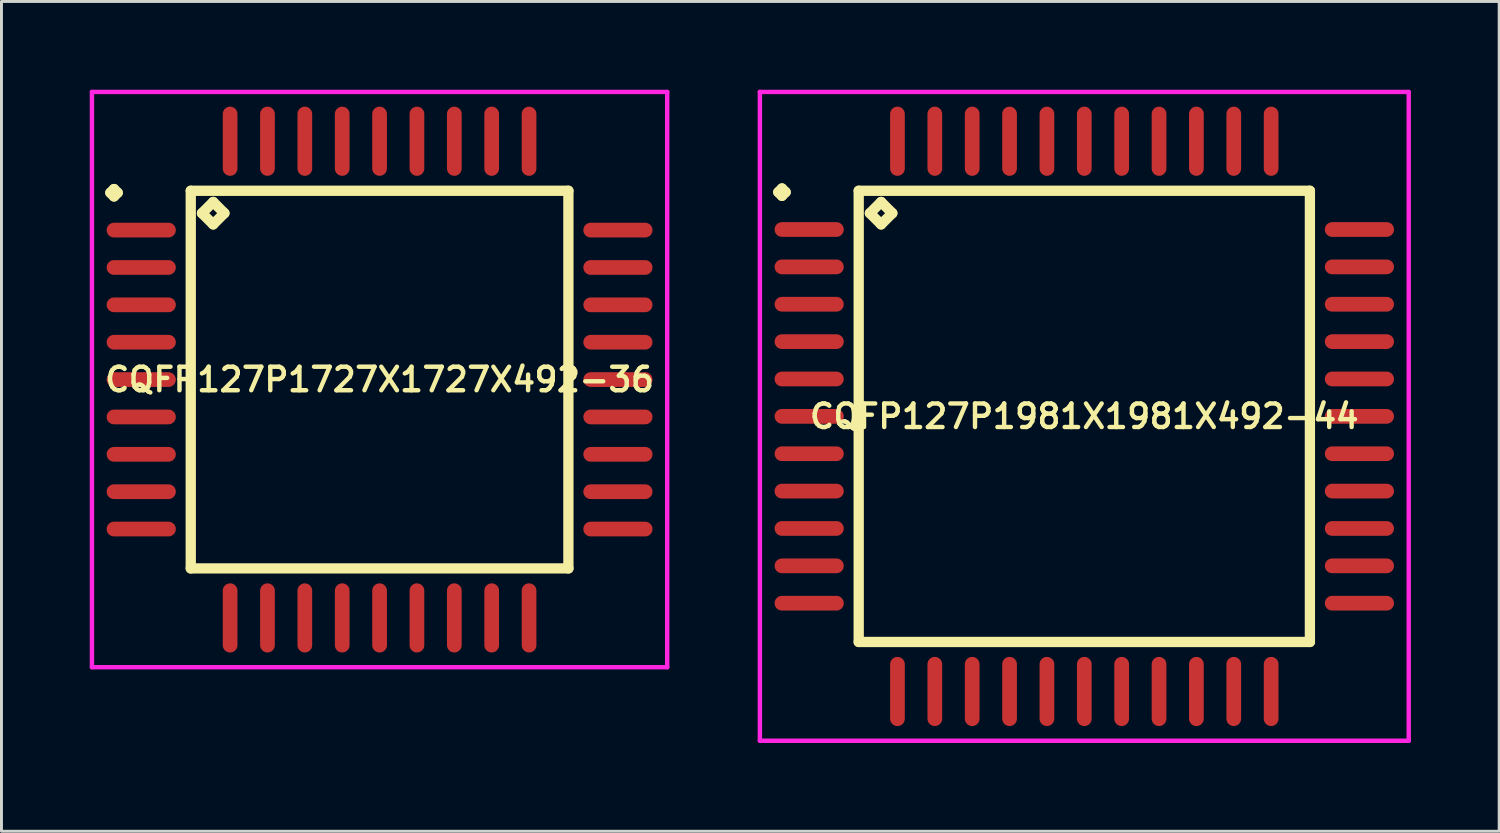
<source format=kicad_pcb>
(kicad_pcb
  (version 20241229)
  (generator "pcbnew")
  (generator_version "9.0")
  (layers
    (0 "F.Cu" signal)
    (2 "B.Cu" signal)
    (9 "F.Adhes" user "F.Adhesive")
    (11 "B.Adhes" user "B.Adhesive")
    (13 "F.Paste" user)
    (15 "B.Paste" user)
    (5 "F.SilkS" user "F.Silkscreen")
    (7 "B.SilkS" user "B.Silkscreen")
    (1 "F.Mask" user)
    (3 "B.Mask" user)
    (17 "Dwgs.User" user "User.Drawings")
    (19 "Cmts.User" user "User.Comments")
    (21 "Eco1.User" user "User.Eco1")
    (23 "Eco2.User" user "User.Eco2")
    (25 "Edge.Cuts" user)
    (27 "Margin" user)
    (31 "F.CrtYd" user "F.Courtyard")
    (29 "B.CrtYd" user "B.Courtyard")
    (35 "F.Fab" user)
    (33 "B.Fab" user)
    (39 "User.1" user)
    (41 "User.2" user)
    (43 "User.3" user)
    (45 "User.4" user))
  (footprint "CQFP127P1727X1727X492-36"
    (layer "F.Cu")
    (at 9.85 9.85)
    (property "Reference" "CQFP127P1727X1727X492-36" (at 0 0 0) (layer "F.SilkS") (effects (font (size 0.8 0.8) (thickness 0.15))))
    (attr smd)
    (fp_line (start -9.15 -6.35) (end -9.025 -6.475) (stroke (width 0.35) (type solid)) (layer "F.SilkS"))
    (fp_line (start -9.025 -6.475) (end -8.9 -6.35) (stroke (width 0.35) (type solid)) (layer "F.SilkS"))
    (fp_line (start -9.025 -6.225) (end -9.15 -6.35) (stroke (width 0.35) (type solid)) (layer "F.SilkS"))
    (fp_line (start -8.9 -6.35) (end -9.025 -6.225) (stroke (width 0.35) (type solid)) (layer "F.SilkS"))
    (fp_line (start -6.417 -6.417) (end -6.417 6.417) (stroke (width 0.35) (type solid)) (layer "F.SilkS"))
    (fp_line (start -6.417 6.417) (end 6.417 6.417) (stroke (width 0.35) (type solid)) (layer "F.SilkS"))
    (fp_line (start -6.036 -5.655) (end -5.655 -6.036) (stroke (width 0.35) (type solid)) (layer "F.SilkS"))
    (fp_line (start -5.655 -6.036) (end -5.274 -5.655) (stroke (width 0.35) (type solid)) (layer "F.SilkS"))
    (fp_line (start -5.655 -5.274) (end -6.036 -5.655) (stroke (width 0.35) (type solid)) (layer "F.SilkS"))
    (fp_line (start -5.274 -5.655) (end -5.655 -5.274) (stroke (width 0.35) (type solid)) (layer "F.SilkS"))
    (fp_line (start 6.417 -6.417) (end -6.417 -6.417) (stroke (width 0.35) (type solid)) (layer "F.SilkS"))
    (fp_line (start 6.417 6.417) (end 6.417 -6.417) (stroke (width 0.35) (type solid)) (layer "F.SilkS"))
    (fp_line (start -9.775 -9.775) (end 9.775 -9.775) (stroke (width 0.15) (type solid)) (layer "F.CrtYd"))
    (fp_line (start -9.775 9.775) (end -9.775 -9.775) (stroke (width 0.15) (type solid)) (layer "F.CrtYd"))
    (fp_line (start 9.775 -9.775) (end 9.775 9.775) (stroke (width 0.15) (type solid)) (layer "F.CrtYd"))
    (fp_line (start 9.775 9.775) (end -9.775 9.775) (stroke (width 0.15) (type solid)) (layer "F.CrtYd"))
    (pad "1" smd oval (at -8.1 -5.08) (size 2.35 0.5) (layers "F.Cu" "F.Mask" "F.Paste"))
    (pad "2" smd oval (at -8.1 -3.81) (size 2.35 0.5) (layers "F.Cu" "F.Mask" "F.Paste"))
    (pad "3" smd oval (at -8.1 -2.54) (size 2.35 0.5) (layers "F.Cu" "F.Mask" "F.Paste"))
    (pad "4" smd oval (at -8.1 -1.27) (size 2.35 0.5) (layers "F.Cu" "F.Mask" "F.Paste"))
    (pad "5" smd oval (at -8.1 0) (size 2.35 0.5) (layers "F.Cu" "F.Mask" "F.Paste"))
    (pad "6" smd oval (at -8.1 1.27) (size 2.35 0.5) (layers "F.Cu" "F.Mask" "F.Paste"))
    (pad "7" smd oval (at -8.1 2.54) (size 2.35 0.5) (layers "F.Cu" "F.Mask" "F.Paste"))
    (pad "8" smd oval (at -8.1 3.81) (size 2.35 0.5) (layers "F.Cu" "F.Mask" "F.Paste"))
    (pad "9" smd oval (at -8.1 5.08) (size 2.35 0.5) (layers "F.Cu" "F.Mask" "F.Paste"))
    (pad "10" smd oval (at -5.08 8.1) (size 0.5 2.35) (layers "F.Cu" "F.Mask" "F.Paste"))
    (pad "11" smd oval (at -3.81 8.1) (size 0.5 2.35) (layers "F.Cu" "F.Mask" "F.Paste"))
    (pad "12" smd oval (at -2.54 8.1) (size 0.5 2.35) (layers "F.Cu" "F.Mask" "F.Paste"))
    (pad "13" smd oval (at -1.27 8.1) (size 0.5 2.35) (layers "F.Cu" "F.Mask" "F.Paste"))
    (pad "14" smd oval (at 0 8.1) (size 0.5 2.35) (layers "F.Cu" "F.Mask" "F.Paste"))
    (pad "15" smd oval (at 1.27 8.1) (size 0.5 2.35) (layers "F.Cu" "F.Mask" "F.Paste"))
    (pad "16" smd oval (at 2.54 8.1) (size 0.5 2.35) (layers "F.Cu" "F.Mask" "F.Paste"))
    (pad "17" smd oval (at 3.81 8.1) (size 0.5 2.35) (layers "F.Cu" "F.Mask" "F.Paste"))
    (pad "18" smd oval (at 5.08 8.1) (size 0.5 2.35) (layers "F.Cu" "F.Mask" "F.Paste"))
    (pad "19" smd oval (at 8.1 5.08) (size 2.35 0.5) (layers "F.Cu" "F.Mask" "F.Paste"))
    (pad "20" smd oval (at 8.1 3.81) (size 2.35 0.5) (layers "F.Cu" "F.Mask" "F.Paste"))
    (pad "21" smd oval (at 8.1 2.54) (size 2.35 0.5) (layers "F.Cu" "F.Mask" "F.Paste"))
    (pad "22" smd oval (at 8.1 1.27) (size 2.35 0.5) (layers "F.Cu" "F.Mask" "F.Paste"))
    (pad "23" smd oval (at 8.1 0) (size 2.35 0.5) (layers "F.Cu" "F.Mask" "F.Paste"))
    (pad "24" smd oval (at 8.1 -1.27) (size 2.35 0.5) (layers "F.Cu" "F.Mask" "F.Paste"))
    (pad "25" smd oval (at 8.1 -2.54) (size 2.35 0.5) (layers "F.Cu" "F.Mask" "F.Paste"))
    (pad "26" smd oval (at 8.1 -3.81) (size 2.35 0.5) (layers "F.Cu" "F.Mask" "F.Paste"))
    (pad "27" smd oval (at 8.1 -5.08) (size 2.35 0.5) (layers "F.Cu" "F.Mask" "F.Paste"))
    (pad "28" smd oval (at 5.08 -8.1) (size 0.5 2.35) (layers "F.Cu" "F.Mask" "F.Paste"))
    (pad "29" smd oval (at 3.81 -8.1) (size 0.5 2.35) (layers "F.Cu" "F.Mask" "F.Paste"))
    (pad "30" smd oval (at 2.54 -8.1) (size 0.5 2.35) (layers "F.Cu" "F.Mask" "F.Paste"))
    (pad "31" smd oval (at 1.27 -8.1) (size 0.5 2.35) (layers "F.Cu" "F.Mask" "F.Paste"))
    (pad "32" smd oval (at 0 -8.1) (size 0.5 2.35) (layers "F.Cu" "F.Mask" "F.Paste"))
    (pad "33" smd oval (at -1.27 -8.1) (size 0.5 2.35) (layers "F.Cu" "F.Mask" "F.Paste"))
    (pad "34" smd oval (at -2.54 -8.1) (size 0.5 2.35) (layers "F.Cu" "F.Mask" "F.Paste"))
    (pad "35" smd oval (at -3.81 -8.1) (size 0.5 2.35) (layers "F.Cu" "F.Mask" "F.Paste"))
    (pad "36" smd oval (at -5.08 -8.1) (size 0.5 2.35) (layers "F.Cu" "F.Mask" "F.Paste")))
  (footprint "CQFP127P1981X1981X492-44"
    (layer "F.Cu")
    (at 33.8 11.1)
    (property "Reference" "CQFP127P1981X1981X492-44" (at 0 0 0) (layer "F.SilkS") (effects (font (size 0.8 0.8) (thickness 0.15))))
    (attr smd)
    (fp_line (start -10.4 -7.62) (end -10.275 -7.745) (stroke (width 0.35) (type solid)) (layer "F.SilkS"))
    (fp_line (start -10.275 -7.745) (end -10.15 -7.62) (stroke (width 0.35) (type solid)) (layer "F.SilkS"))
    (fp_line (start -10.275 -7.495) (end -10.4 -7.62) (stroke (width 0.35) (type solid)) (layer "F.SilkS"))
    (fp_line (start -10.15 -7.62) (end -10.275 -7.495) (stroke (width 0.35) (type solid)) (layer "F.SilkS"))
    (fp_line (start -7.667 -7.667) (end -7.667 7.667) (stroke (width 0.35) (type solid)) (layer "F.SilkS"))
    (fp_line (start -7.667 7.667) (end 7.667 7.667) (stroke (width 0.35) (type solid)) (layer "F.SilkS"))
    (fp_line (start -7.286 -6.905) (end -6.905 -7.286) (stroke (width 0.35) (type solid)) (layer "F.SilkS"))
    (fp_line (start -6.905 -7.286) (end -6.524 -6.905) (stroke (width 0.35) (type solid)) (layer "F.SilkS"))
    (fp_line (start -6.905 -6.524) (end -7.286 -6.905) (stroke (width 0.35) (type solid)) (layer "F.SilkS"))
    (fp_line (start -6.524 -6.905) (end -6.905 -6.524) (stroke (width 0.35) (type solid)) (layer "F.SilkS"))
    (fp_line (start 7.667 -7.667) (end -7.667 -7.667) (stroke (width 0.35) (type solid)) (layer "F.SilkS"))
    (fp_line (start 7.667 7.667) (end 7.667 -7.667) (stroke (width 0.35) (type solid)) (layer "F.SilkS"))
    (fp_line (start -11.025 -11.025) (end 11.025 -11.025) (stroke (width 0.15) (type solid)) (layer "F.CrtYd"))
    (fp_line (start -11.025 11.025) (end -11.025 -11.025) (stroke (width 0.15) (type solid)) (layer "F.CrtYd"))
    (fp_line (start 11.025 -11.025) (end 11.025 11.025) (stroke (width 0.15) (type solid)) (layer "F.CrtYd"))
    (fp_line (start 11.025 11.025) (end -11.025 11.025) (stroke (width 0.15) (type solid)) (layer "F.CrtYd"))
    (pad "1" smd oval (at -9.35 -6.35) (size 2.35 0.5) (layers "F.Cu" "F.Mask" "F.Paste"))
    (pad "2" smd oval (at -9.35 -5.08) (size 2.35 0.5) (layers "F.Cu" "F.Mask" "F.Paste"))
    (pad "3" smd oval (at -9.35 -3.81) (size 2.35 0.5) (layers "F.Cu" "F.Mask" "F.Paste"))
    (pad "4" smd oval (at -9.35 -2.54) (size 2.35 0.5) (layers "F.Cu" "F.Mask" "F.Paste"))
    (pad "5" smd oval (at -9.35 -1.27) (size 2.35 0.5) (layers "F.Cu" "F.Mask" "F.Paste"))
    (pad "6" smd oval (at -9.35 0) (size 2.35 0.5) (layers "F.Cu" "F.Mask" "F.Paste"))
    (pad "7" smd oval (at -9.35 1.27) (size 2.35 0.5) (layers "F.Cu" "F.Mask" "F.Paste"))
    (pad "8" smd oval (at -9.35 2.54) (size 2.35 0.5) (layers "F.Cu" "F.Mask" "F.Paste"))
    (pad "9" smd oval (at -9.35 3.81) (size 2.35 0.5) (layers "F.Cu" "F.Mask" "F.Paste"))
    (pad "10" smd oval (at -9.35 5.08) (size 2.35 0.5) (layers "F.Cu" "F.Mask" "F.Paste"))
    (pad "11" smd oval (at -9.35 6.35) (size 2.35 0.5) (layers "F.Cu" "F.Mask" "F.Paste"))
    (pad "12" smd oval (at -6.35 9.35) (size 0.5 2.35) (layers "F.Cu" "F.Mask" "F.Paste"))
    (pad "13" smd oval (at -5.08 9.35) (size 0.5 2.35) (layers "F.Cu" "F.Mask" "F.Paste"))
    (pad "14" smd oval (at -3.81 9.35) (size 0.5 2.35) (layers "F.Cu" "F.Mask" "F.Paste"))
    (pad "15" smd oval (at -2.54 9.35) (size 0.5 2.35) (layers "F.Cu" "F.Mask" "F.Paste"))
    (pad "16" smd oval (at -1.27 9.35) (size 0.5 2.35) (layers "F.Cu" "F.Mask" "F.Paste"))
    (pad "17" smd oval (at 0 9.35) (size 0.5 2.35) (layers "F.Cu" "F.Mask" "F.Paste"))
    (pad "18" smd oval (at 1.27 9.35) (size 0.5 2.35) (layers "F.Cu" "F.Mask" "F.Paste"))
    (pad "19" smd oval (at 2.54 9.35) (size 0.5 2.35) (layers "F.Cu" "F.Mask" "F.Paste"))
    (pad "20" smd oval (at 3.81 9.35) (size 0.5 2.35) (layers "F.Cu" "F.Mask" "F.Paste"))
    (pad "21" smd oval (at 5.08 9.35) (size 0.5 2.35) (layers "F.Cu" "F.Mask" "F.Paste"))
    (pad "22" smd oval (at 6.35 9.35) (size 0.5 2.35) (layers "F.Cu" "F.Mask" "F.Paste"))
    (pad "23" smd oval (at 9.35 6.35) (size 2.35 0.5) (layers "F.Cu" "F.Mask" "F.Paste"))
    (pad "24" smd oval (at 9.35 5.08) (size 2.35 0.5) (layers "F.Cu" "F.Mask" "F.Paste"))
    (pad "25" smd oval (at 9.35 3.81) (size 2.35 0.5) (layers "F.Cu" "F.Mask" "F.Paste"))
    (pad "26" smd oval (at 9.35 2.54) (size 2.35 0.5) (layers "F.Cu" "F.Mask" "F.Paste"))
    (pad "27" smd oval (at 9.35 1.27) (size 2.35 0.5) (layers "F.Cu" "F.Mask" "F.Paste"))
    (pad "28" smd oval (at 9.35 0) (size 2.35 0.5) (layers "F.Cu" "F.Mask" "F.Paste"))
    (pad "29" smd oval (at 9.35 -1.27) (size 2.35 0.5) (layers "F.Cu" "F.Mask" "F.Paste"))
    (pad "30" smd oval (at 9.35 -2.54) (size 2.35 0.5) (layers "F.Cu" "F.Mask" "F.Paste"))
    (pad "31" smd oval (at 9.35 -3.81) (size 2.35 0.5) (layers "F.Cu" "F.Mask" "F.Paste"))
    (pad "32" smd oval (at 9.35 -5.08) (size 2.35 0.5) (layers "F.Cu" "F.Mask" "F.Paste"))
    (pad "33" smd oval (at 9.35 -6.35) (size 2.35 0.5) (layers "F.Cu" "F.Mask" "F.Paste"))
    (pad "34" smd oval (at 6.35 -9.35) (size 0.5 2.35) (layers "F.Cu" "F.Mask" "F.Paste"))
    (pad "35" smd oval (at 5.08 -9.35) (size 0.5 2.35) (layers "F.Cu" "F.Mask" "F.Paste"))
    (pad "36" smd oval (at 3.81 -9.35) (size 0.5 2.35) (layers "F.Cu" "F.Mask" "F.Paste"))
    (pad "37" smd oval (at 2.54 -9.35) (size 0.5 2.35) (layers "F.Cu" "F.Mask" "F.Paste"))
    (pad "38" smd oval (at 1.27 -9.35) (size 0.5 2.35) (layers "F.Cu" "F.Mask" "F.Paste"))
    (pad "39" smd oval (at 0 -9.35) (size 0.5 2.35) (layers "F.Cu" "F.Mask" "F.Paste"))
    (pad "40" smd oval (at -1.27 -9.35) (size 0.5 2.35) (layers "F.Cu" "F.Mask" "F.Paste"))
    (pad "41" smd oval (at -2.54 -9.35) (size 0.5 2.35) (layers "F.Cu" "F.Mask" "F.Paste"))
    (pad "42" smd oval (at -3.81 -9.35) (size 0.5 2.35) (layers "F.Cu" "F.Mask" "F.Paste"))
    (pad "43" smd oval (at -5.08 -9.35) (size 0.5 2.35) (layers "F.Cu" "F.Mask" "F.Paste"))
    (pad "44" smd oval (at -6.35 -9.35) (size 0.5 2.35) (layers "F.Cu" "F.Mask" "F.Paste")))
  (gr_rect
    (start -3 -3)
    (end 47.9 25.2)
    (stroke (width 0.1) (type default))
    (fill no)
    (layer "Edge.Cuts")))
</source>
